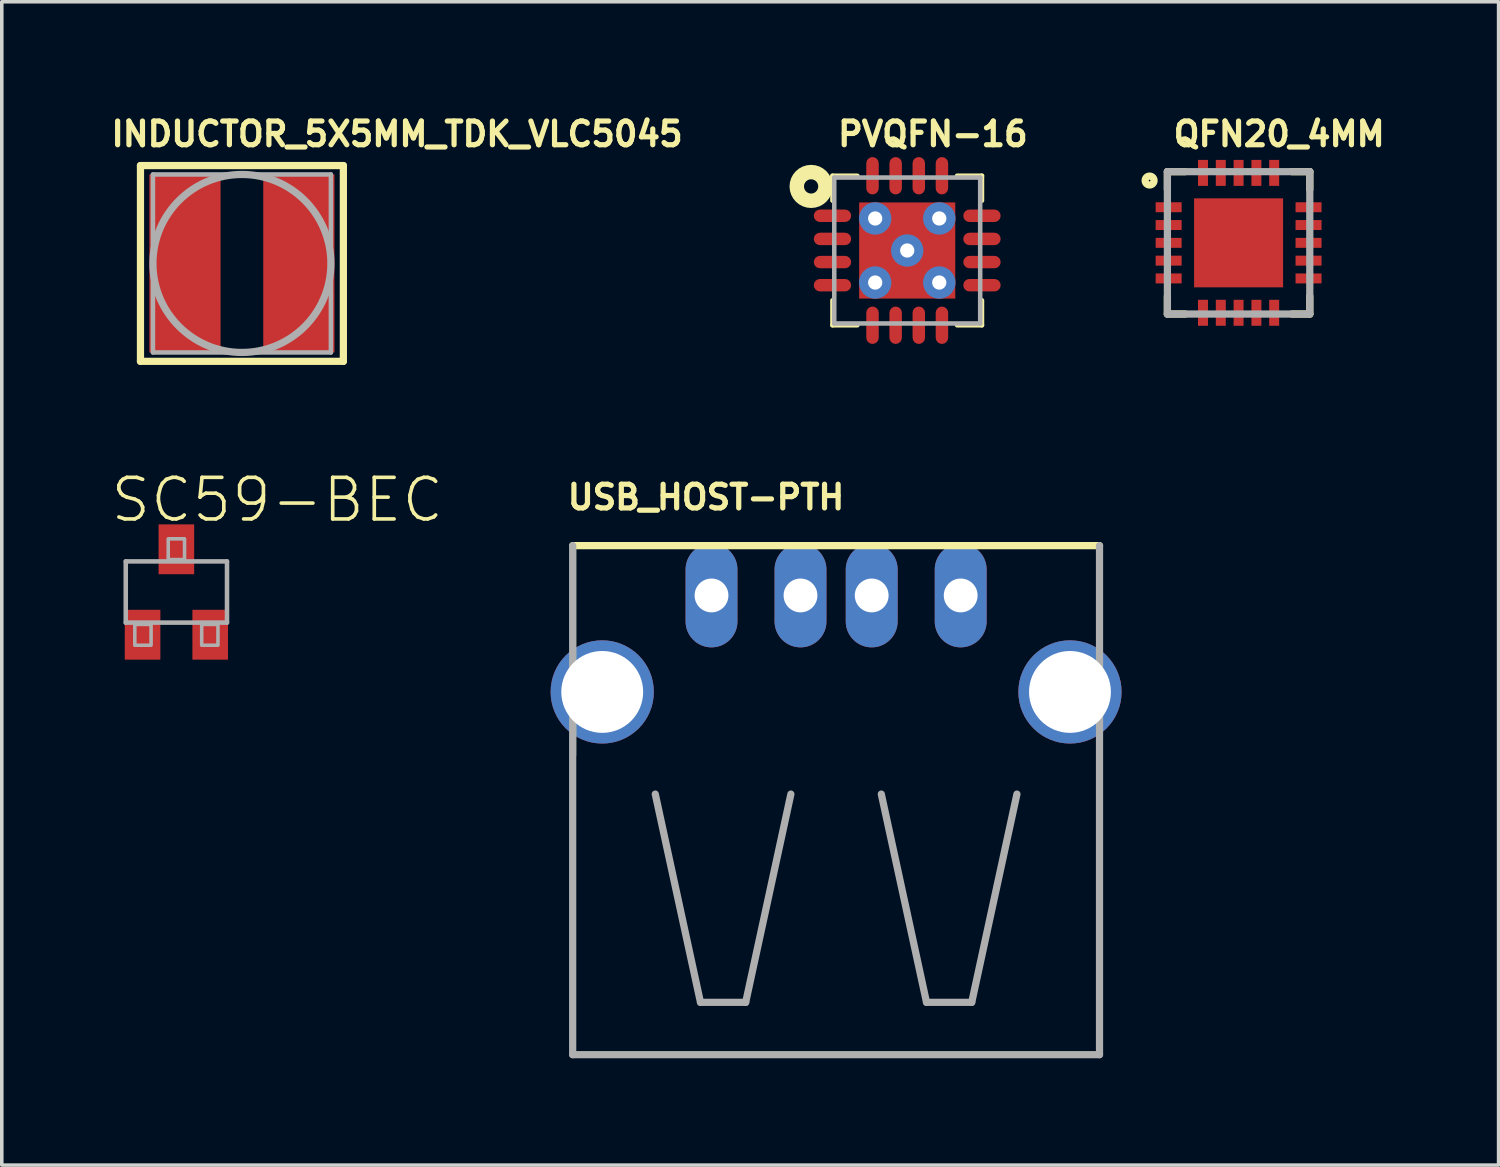
<source format=kicad_pcb>
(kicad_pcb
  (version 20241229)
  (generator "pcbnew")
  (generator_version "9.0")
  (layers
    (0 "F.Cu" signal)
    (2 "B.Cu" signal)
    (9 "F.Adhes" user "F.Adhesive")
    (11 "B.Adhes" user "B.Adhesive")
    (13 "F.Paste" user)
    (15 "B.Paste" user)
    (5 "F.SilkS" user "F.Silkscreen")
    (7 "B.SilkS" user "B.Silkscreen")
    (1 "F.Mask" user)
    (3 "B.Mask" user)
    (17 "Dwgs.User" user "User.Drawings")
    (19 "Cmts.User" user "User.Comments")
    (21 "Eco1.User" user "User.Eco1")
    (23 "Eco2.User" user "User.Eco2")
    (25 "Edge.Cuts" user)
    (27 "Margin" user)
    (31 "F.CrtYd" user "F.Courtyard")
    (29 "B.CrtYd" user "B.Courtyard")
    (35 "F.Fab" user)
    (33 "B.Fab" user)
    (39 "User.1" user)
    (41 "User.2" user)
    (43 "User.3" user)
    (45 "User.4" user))
  (footprint "QFN20_4MM"
    (layer "F.Cu")
    (at 31.745 3.772)
    (property "Reference" "QFN20_4MM" (at -1.905 -2.667 0) (unlocked yes) (layer "F.SilkS") (effects (font (size 0.666 0.666) (thickness 0.146)) (justify left bottom)))
    (fp_poly (pts (xy -2.4 -0.8) (xy -1.5 -0.8) (xy -1.5 -1.2) (xy -2.4 -1.2)) (stroke (width 0) (type default)) (fill yes) (layer "F.Mask"))
    (fp_poly (pts (xy -2.4 -0.3) (xy -1.5 -0.3) (xy -1.5 -0.7) (xy -2.4 -0.7)) (stroke (width 0) (type default)) (fill yes) (layer "F.Mask"))
    (fp_poly (pts (xy -2.4 0.2) (xy -1.5 0.2) (xy -1.5 -0.2) (xy -2.4 -0.2)) (stroke (width 0) (type default)) (fill yes) (layer "F.Mask"))
    (fp_poly (pts (xy -2.4 0.7) (xy -1.5 0.7) (xy -1.5 0.3) (xy -2.4 0.3)) (stroke (width 0) (type default)) (fill yes) (layer "F.Mask"))
    (fp_poly (pts (xy -2.4 1.2) (xy -1.5 1.2) (xy -1.5 0.8) (xy -2.4 0.8)) (stroke (width 0) (type default)) (fill yes) (layer "F.Mask"))
    (fp_poly (pts (xy -1.2 -2.4) (xy -1.2 -1.5) (xy -0.8 -1.5) (xy -0.8 -2.4)) (stroke (width 0) (type default)) (fill yes) (layer "F.Mask"))
    (fp_poly (pts (xy -0.8 2.4) (xy -0.8 1.5) (xy -1.2 1.5) (xy -1.2 2.4)) (stroke (width 0) (type default)) (fill yes) (layer "F.Mask"))
    (fp_poly (pts (xy -0.7 -2.4) (xy -0.7 -1.5) (xy -0.3 -1.5) (xy -0.3 -2.4)) (stroke (width 0) (type default)) (fill yes) (layer "F.Mask"))
    (fp_poly (pts (xy -0.3 2.4) (xy -0.3 1.5) (xy -0.7 1.5) (xy -0.7 2.4)) (stroke (width 0) (type default)) (fill yes) (layer "F.Mask"))
    (fp_poly (pts (xy -0.2 -2.4) (xy -0.2 -1.5) (xy 0.2 -1.5) (xy 0.2 -2.4)) (stroke (width 0) (type default)) (fill yes) (layer "F.Mask"))
    (fp_poly (pts (xy 0.2 2.4) (xy 0.2 1.5) (xy -0.2 1.5) (xy -0.2 2.4)) (stroke (width 0) (type default)) (fill yes) (layer "F.Mask"))
    (fp_poly (pts (xy 0.3 -2.4) (xy 0.3 -1.5) (xy 0.7 -1.5) (xy 0.7 -2.4)) (stroke (width 0) (type default)) (fill yes) (layer "F.Mask"))
    (fp_poly (pts (xy 0.7 2.4) (xy 0.7 1.5) (xy 0.3 1.5) (xy 0.3 2.4)) (stroke (width 0) (type default)) (fill yes) (layer "F.Mask"))
    (fp_poly (pts (xy 0.8 -2.4) (xy 0.8 -1.5) (xy 1.2 -1.5) (xy 1.2 -2.4)) (stroke (width 0) (type default)) (fill yes) (layer "F.Mask"))
    (fp_poly (pts (xy 1.2 2.4) (xy 1.2 1.5) (xy 0.8 1.5) (xy 0.8 2.4)) (stroke (width 0) (type default)) (fill yes) (layer "F.Mask"))
    (fp_poly (pts (xy 2.4 -1.2) (xy 1.5 -1.2) (xy 1.5 -0.8) (xy 2.4 -0.8)) (stroke (width 0) (type default)) (fill yes) (layer "F.Mask"))
    (fp_poly (pts (xy 2.4 -0.7) (xy 1.5 -0.7) (xy 1.5 -0.3) (xy 2.4 -0.3)) (stroke (width 0) (type default)) (fill yes) (layer "F.Mask"))
    (fp_poly (pts (xy 2.4 -0.2) (xy 1.5 -0.2) (xy 1.5 0.2) (xy 2.4 0.2)) (stroke (width 0) (type default)) (fill yes) (layer "F.Mask"))
    (fp_poly (pts (xy 2.4 0.3) (xy 1.5 0.3) (xy 1.5 0.7) (xy 2.4 0.7)) (stroke (width 0) (type default)) (fill yes) (layer "F.Mask"))
    (fp_poly (pts (xy 2.4 0.8) (xy 1.5 0.8) (xy 1.5 1.2) (xy 2.4 1.2)) (stroke (width 0) (type default)) (fill yes) (layer "F.Mask"))
    (fp_line (start -2 -2) (end -2 -1.5) (stroke (width 0.203) (type solid)) (layer "F.SilkS"))
    (fp_line (start -2 2) (end -2 1.5) (stroke (width 0.203) (type solid)) (layer "F.SilkS"))
    (fp_line (start -1.5 -2) (end -2 -2) (stroke (width 0.203) (type solid)) (layer "F.SilkS"))
    (fp_line (start -1.5 2) (end -2 2) (stroke (width 0.203) (type solid)) (layer "F.SilkS"))
    (fp_line (start 1.5 -2) (end 2 -2) (stroke (width 0.203) (type solid)) (layer "F.SilkS"))
    (fp_line (start 1.5 2) (end 2 2) (stroke (width 0.203) (type solid)) (layer "F.SilkS"))
    (fp_line (start 2 -2) (end 2 -1.5) (stroke (width 0.203) (type solid)) (layer "F.SilkS"))
    (fp_line (start 2 2) (end 2 1.5) (stroke (width 0.203) (type solid)) (layer "F.SilkS"))
    (fp_circle (center -2.5 -1.75) (end -2.375 -1.75) (stroke (width 0.203) (type solid)) (fill no) (layer "F.SilkS"))
    (fp_poly (pts (xy -1 -0.25) (xy -0.25 -0.25) (xy -0.25 -1) (xy -1 -1)) (stroke (width 0) (type default)) (fill yes) (layer "F.Paste"))
    (fp_poly (pts (xy -1 1) (xy -0.25 1) (xy -0.25 0.25) (xy -1 0.25)) (stroke (width 0) (type default)) (fill yes) (layer "F.Paste"))
    (fp_poly (pts (xy 0.25 -0.25) (xy 1 -0.25) (xy 1 -1) (xy 0.25 -1)) (stroke (width 0) (type default)) (fill yes) (layer "F.Paste"))
    (fp_poly (pts (xy 0.25 1) (xy 1 1) (xy 1 0.25) (xy 0.25 0.25)) (stroke (width 0) (type default)) (fill yes) (layer "F.Paste"))
    (fp_line (start -2 -2) (end 2 -2) (stroke (width 0.203) (type solid)) (layer "F.Fab"))
    (fp_line (start -2 2) (end -2 -2) (stroke (width 0.203) (type solid)) (layer "F.Fab"))
    (fp_line (start 2 -2) (end 2 2) (stroke (width 0.203) (type solid)) (layer "F.Fab"))
    (fp_line (start 2 2) (end -2 2) (stroke (width 0.203) (type solid)) (layer "F.Fab"))
    (pad "P$1" smd rect (at -1.965 -1 90) (size 0.28 0.73) (layers "F.Cu" "F.Paste"))
    (pad "P$2" smd rect (at -1.965 -0.5 90) (size 0.28 0.73) (layers "F.Cu" "F.Paste"))
    (pad "P$3" smd rect (at -1.965 0 90) (size 0.28 0.73) (layers "F.Cu" "F.Paste"))
    (pad "P$4" smd rect (at -1.965 0.5 90) (size 0.28 0.73) (layers "F.Cu" "F.Paste"))
    (pad "P$5" smd rect (at -1.965 1 90) (size 0.28 0.73) (layers "F.Cu" "F.Paste"))
    (pad "P$6" smd rect (at -1 1.965 180) (size 0.28 0.73) (layers "F.Cu" "F.Paste"))
    (pad "P$7" smd rect (at -0.5 1.965 180) (size 0.28 0.73) (layers "F.Cu" "F.Paste"))
    (pad "P$8" smd rect (at 0 1.965 180) (size 0.28 0.73) (layers "F.Cu" "F.Paste"))
    (pad "P$9" smd rect (at 0.5 1.965 180) (size 0.28 0.73) (layers "F.Cu" "F.Paste"))
    (pad "P$10" smd rect (at 1 1.965 180) (size 0.28 0.73) (layers "F.Cu" "F.Paste"))
    (pad "P$11" smd rect (at 1.965 1 270) (size 0.28 0.73) (layers "F.Cu" "F.Paste"))
    (pad "P$12" smd rect (at 1.965 0.5 270) (size 0.28 0.73) (layers "F.Cu" "F.Paste"))
    (pad "P$13" smd rect (at 1.965 0 270) (size 0.28 0.73) (layers "F.Cu" "F.Paste"))
    (pad "P$14" smd rect (at 1.965 -0.5 270) (size 0.28 0.73) (layers "F.Cu" "F.Paste"))
    (pad "P$15" smd rect (at 1.965 -1 270) (size 0.28 0.73) (layers "F.Cu" "F.Paste"))
    (pad "P$16" smd rect (at 1 -1.965) (size 0.28 0.73) (layers "F.Cu" "F.Paste"))
    (pad "P$17" smd rect (at 0.5 -1.965) (size 0.28 0.73) (layers "F.Cu" "F.Paste"))
    (pad "P$18" smd rect (at 0 -1.965) (size 0.28 0.73) (layers "F.Cu" "F.Paste"))
    (pad "P$19" smd rect (at -0.5 -1.965) (size 0.28 0.73) (layers "F.Cu" "F.Paste"))
    (pad "P$20" smd rect (at -1 -1.965) (size 0.28 0.73) (layers "F.Cu" "F.Paste"))
    (pad "P$21" smd rect (at 0 0) (size 2.5 2.5) (layers "F.Cu" "F.Mask")))
  (footprint "PVQFN-16"
    (layer "F.Cu")
    (at 22.436 3.987)
    (property "Reference" "PVQFN-16" (at -2.024 -2.882 0) (unlocked yes) (layer "F.SilkS") (effects (font (size 0.666 0.666) (thickness 0.146)) (justify left bottom)))
    (fp_line (start -2.1 -2.1) (end -2.1 -1.4) (stroke (width 0.127) (type solid)) (layer "F.SilkS"))
    (fp_line (start -2.1 1.4) (end -2.1 2.1) (stroke (width 0.127) (type solid)) (layer "F.SilkS"))
    (fp_line (start -2.1 2.1) (end -1.4 2.1) (stroke (width 0.127) (type solid)) (layer "F.SilkS"))
    (fp_line (start -1.4 -2.1) (end -2.1 -2.1) (stroke (width 0.127) (type solid)) (layer "F.SilkS"))
    (fp_line (start 1.4 -2.1) (end 2.1 -2.1) (stroke (width 0.127) (type solid)) (layer "F.SilkS"))
    (fp_line (start 2.1 -2.1) (end 2.1 -1.4) (stroke (width 0.127) (type solid)) (layer "F.SilkS"))
    (fp_line (start 2.1 1.4) (end 2.1 2.1) (stroke (width 0.127) (type solid)) (layer "F.SilkS"))
    (fp_line (start 2.1 2.1) (end 1.4 2.1) (stroke (width 0.127) (type solid)) (layer "F.SilkS"))
    (fp_circle (center -2.7 -1.8) (end -2.5 -1.8) (stroke (width 0.406) (type solid)) (fill no) (layer "F.SilkS"))
    (fp_poly (pts (xy -0.6 0.3) (xy -0.6 -0.3) (xy -1.3 -0.3) (xy -1.3 0.3)) (stroke (width 0) (type default)) (fill yes) (layer "F.Paste"))
    (fp_poly (pts (xy -0.3 -0.6) (xy 0.3 -0.6) (xy 0.3 -1.3) (xy -0.3 -1.3)) (stroke (width 0) (type default)) (fill yes) (layer "F.Paste"))
    (fp_poly (pts (xy -0.3 1.3) (xy 0.3 1.3) (xy 0.3 0.6) (xy -0.3 0.6)) (stroke (width 0) (type default)) (fill yes) (layer "F.Paste"))
    (fp_poly (pts (xy 1.3 0.3) (xy 1.3 -0.3) (xy 0.6 -0.3) (xy 0.6 0.3)) (stroke (width 0) (type default)) (fill yes) (layer "F.Paste"))
    (fp_line (start -2.05 -2.05) (end 2.05 -2.05) (stroke (width 0.127) (type solid)) (layer "F.Fab"))
    (fp_line (start -2.05 2.05) (end -2.05 -2.05) (stroke (width 0.127) (type solid)) (layer "F.Fab"))
    (fp_line (start 2.05 -2.05) (end 2.05 2.05) (stroke (width 0.127) (type solid)) (layer "F.Fab"))
    (fp_line (start 2.05 2.05) (end -2.05 2.05) (stroke (width 0.127) (type solid)) (layer "F.Fab"))
    (pad "1" smd roundrect (at -2.1 -0.975) (size 1.05 0.35) (layers "F.Cu" "F.Mask" "F.Paste") (roundrect_rratio 0.5))
    (pad "2" smd roundrect (at -2.1 -0.325) (size 1.05 0.35) (layers "F.Cu" "F.Mask" "F.Paste") (roundrect_rratio 0.5))
    (pad "3" smd roundrect (at -2.1 0.325) (size 1.05 0.35) (layers "F.Cu" "F.Mask" "F.Paste") (roundrect_rratio 0.5))
    (pad "4" smd roundrect (at -2.1 0.975) (size 1.05 0.35) (layers "F.Cu" "F.Mask" "F.Paste") (roundrect_rratio 0.5))
    (pad "5" smd roundrect (at -0.975 2.1 90) (size 1.05 0.35) (layers "F.Cu" "F.Mask" "F.Paste") (roundrect_rratio 0.5))
    (pad "6" smd roundrect (at -0.325 2.1 90) (size 1.05 0.35) (layers "F.Cu" "F.Mask" "F.Paste") (roundrect_rratio 0.5))
    (pad "7" smd roundrect (at 0.325 2.1 90) (size 1.05 0.35) (layers "F.Cu" "F.Mask" "F.Paste") (roundrect_rratio 0.5))
    (pad "8" smd roundrect (at 0.975 2.1 90) (size 1.05 0.35) (layers "F.Cu" "F.Mask" "F.Paste") (roundrect_rratio 0.5))
    (pad "9" smd roundrect (at 2.1 0.975 180) (size 1.05 0.35) (layers "F.Cu" "F.Mask" "F.Paste") (roundrect_rratio 0.5))
    (pad "10" smd roundrect (at 2.1 0.325 180) (size 1.05 0.35) (layers "F.Cu" "F.Mask" "F.Paste") (roundrect_rratio 0.5))
    (pad "11" smd roundrect (at 2.1 -0.325 180) (size 1.05 0.35) (layers "F.Cu" "F.Mask" "F.Paste") (roundrect_rratio 0.5))
    (pad "12" smd roundrect (at 2.1 -0.975 180) (size 1.05 0.35) (layers "F.Cu" "F.Mask" "F.Paste") (roundrect_rratio 0.5))
    (pad "13" smd roundrect (at 0.975 -2.1 270) (size 1.05 0.35) (layers "F.Cu" "F.Mask" "F.Paste") (roundrect_rratio 0.5))
    (pad "14" smd roundrect (at 0.325 -2.1 270) (size 1.05 0.35) (layers "F.Cu" "F.Mask" "F.Paste") (roundrect_rratio 0.5))
    (pad "15" smd roundrect (at -0.325 -2.1 270) (size 1.05 0.35) (layers "F.Cu" "F.Mask" "F.Paste") (roundrect_rratio 0.5))
    (pad "16" smd roundrect (at -0.975 -2.1 270) (size 1.05 0.35) (layers "F.Cu" "F.Mask" "F.Paste") (roundrect_rratio 0.5))
    (pad "P$18" thru_hole circle (at 0 0) (size 0.908 0.908) (drill 0.4) (layers "*.Cu" "*.Mask"))
    (pad "P$19" thru_hole circle (at -0.9 -0.9) (size 0.908 0.908) (drill 0.4) (layers "*.Cu" "*.Mask"))
    (pad "P$20" thru_hole circle (at 0.9 -0.9) (size 0.908 0.908) (drill 0.4) (layers "*.Cu" "*.Mask"))
    (pad "P$21" thru_hole circle (at 0.9 0.9) (size 0.908 0.908) (drill 0.4) (layers "*.Cu" "*.Mask"))
    (pad "P$22" thru_hole circle (at -0.9 0.9) (size 0.908 0.908) (drill 0.4) (layers "*.Cu" "*.Mask"))
    (pad "THERMAL" smd rect (at 0 0) (size 2.7 2.7) (layers "F.Cu" "F.Mask")))
  (footprint "USB_HOST-PTH"
    (layer "F.Cu")
    (at 20.438 20.198)
    (property "Reference" "USB_HOST-PTH" (at -7.62 -8.89 0) (unlocked yes) (layer "F.SilkS") (effects (font (size 0.666 0.666) (thickness 0.146)) (justify left bottom)))
    (fp_line (start -7.366 -7.874) (end -7.366 -2.032) (stroke (width 0.127) (type solid)) (layer "F.SilkS"))
    (fp_line (start 7.366 -7.874) (end 7.366 -2.032) (stroke (width 0.127) (type solid)) (layer "F.SilkS"))
    (fp_line (start 7.4 -7.92) (end -7.4 -7.92) (stroke (width 0.203) (type solid)) (layer "F.SilkS"))
    (fp_line (start -7.4 -7.92) (end -7.4 6.38) (stroke (width 0.203) (type solid)) (layer "F.Fab"))
    (fp_line (start -7.4 6.38) (end 7.4 6.38) (stroke (width 0.203) (type solid)) (layer "F.Fab"))
    (fp_line (start -5.08 -0.94) (end -3.81 4.91) (stroke (width 0.203) (type solid)) (layer "F.Fab"))
    (fp_line (start -3.81 4.91) (end -2.54 4.91) (stroke (width 0.203) (type solid)) (layer "F.Fab"))
    (fp_line (start -2.54 4.91) (end -1.27 -0.94) (stroke (width 0.203) (type solid)) (layer "F.Fab"))
    (fp_line (start 1.27 -0.94) (end 2.54 4.91) (stroke (width 0.203) (type solid)) (layer "F.Fab"))
    (fp_line (start 2.54 4.91) (end 3.81 4.91) (stroke (width 0.203) (type solid)) (layer "F.Fab"))
    (fp_line (start 3.81 4.91) (end 5.08 -0.94) (stroke (width 0.203) (type solid)) (layer "F.Fab"))
    (fp_line (start 7.4 6.38) (end 7.4 -7.92) (stroke (width 0.203) (type solid)) (layer "F.Fab"))
    (pad "D+" thru_hole oval (at 1 -6.52 90) (size 2.916 1.458) (drill 0.95) (layers "*.Cu" "*.Mask"))
    (pad "D-" thru_hole oval (at -1 -6.52 90) (size 2.916 1.458) (drill 0.95) (layers "*.Cu" "*.Mask"))
    (pad "GND" thru_hole oval (at 3.5 -6.52 90) (size 2.916 1.458) (drill 0.95) (layers "*.Cu" "*.Mask"))
    (pad "S1" thru_hole circle (at -6.57 -3.81) (size 2.9 2.9) (drill 2.3) (layers "*.Cu" "*.Mask"))
    (pad "S2" thru_hole circle (at 6.57 -3.81 180) (size 2.9 2.9) (drill 2.3) (layers "*.Cu" "*.Mask"))
    (pad "VBUS" thru_hole oval (at -3.5 -6.52 90) (size 2.916 1.458) (drill 0.95) (layers "*.Cu" "*.Mask")))
  (footprint "INDUCTOR_5X5MM_TDK_VLC5045"
    (layer "F.Cu")
    (at 3.746 4.351)
    (property "Reference" "INDUCTOR_5X5MM_TDK_VLC5045" (at -3.746 -3.246 0) (unlocked yes) (layer "F.SilkS") (effects (font (size 0.666 0.666) (thickness 0.146)) (justify left bottom)))
    (fp_line (start -2.85 -2.75) (end 2.85 -2.75) (stroke (width 0.203) (type solid)) (layer "F.SilkS"))
    (fp_line (start -2.85 2.75) (end -2.85 -2.75) (stroke (width 0.203) (type solid)) (layer "F.SilkS"))
    (fp_line (start 2.85 -2.75) (end 2.85 2.75) (stroke (width 0.203) (type solid)) (layer "F.SilkS"))
    (fp_line (start 2.85 2.75) (end -2.85 2.75) (stroke (width 0.203) (type solid)) (layer "F.SilkS"))
    (fp_line (start -2.5 -2.5) (end 2.5 -2.5) (stroke (width 0.127) (type solid)) (layer "F.Fab"))
    (fp_line (start -2.5 2.5) (end -2.5 -2.5) (stroke (width 0.127) (type solid)) (layer "F.Fab"))
    (fp_line (start 2.5 -2.5) (end 2.5 2.5) (stroke (width 0.127) (type solid)) (layer "F.Fab"))
    (fp_line (start 2.5 2.5) (end -2.5 2.5) (stroke (width 0.127) (type solid)) (layer "F.Fab"))
    (fp_circle (center 0 0) (end 2.5 0) (stroke (width 0.203) (type solid)) (fill no) (layer "F.Fab"))
    (pad "P$1" smd rect (at -1.6 0) (size 2 5) (layers "F.Cu" "F.Mask" "F.Paste"))
    (pad "P$2" smd rect (at 1.6 0) (size 2 5) (layers "F.Cu" "F.Mask" "F.Paste")))
  (footprint "SC59-BEC"
    (layer "F.Cu")
    (at 1.905 13.581)
    (property "Reference" "SC59-BEC" (at -1.905 -1.905 0) (unlocked yes) (layer "F.SilkS") (effects (font (size 1.168 1.168) (thickness 0.102)) (justify left bottom)))
    (fp_line (start -1.422 -0.86) (end 1.422 -0.86) (stroke (width 0.127) (type solid)) (layer "F.Fab"))
    (fp_line (start -1.422 0.86) (end -1.422 -0.86) (stroke (width 0.127) (type solid)) (layer "F.Fab"))
    (fp_line (start 1.422 -0.86) (end 1.422 0.86) (stroke (width 0.127) (type solid)) (layer "F.Fab"))
    (fp_line (start 1.422 0.86) (end -1.422 0.86) (stroke (width 0.127) (type solid)) (layer "F.Fab"))
    (fp_poly (pts (xy -1.168 1.495) (xy -0.711 1.495) (xy -0.711 0.911) (xy -1.168 0.911)) (stroke (width 0.1) (type default)) (fill no) (layer "F.Fab"))
    (fp_poly (pts (xy -0.229 -0.911) (xy 0.229 -0.911) (xy 0.229 -1.495) (xy -0.229 -1.495)) (stroke (width 0.1) (type default)) (fill no) (layer "F.Fab"))
    (fp_poly (pts (xy 0.711 1.495) (xy 1.168 1.495) (xy 1.168 0.911) (xy 0.711 0.911)) (stroke (width 0.1) (type default)) (fill no) (layer "F.Fab"))
    (pad "B" smd rect (at -0.95 1.2) (size 1 1.4) (layers "F.Cu" "F.Mask" "F.Paste"))
    (pad "C" smd rect (at 0 -1.2) (size 1 1.4) (layers "F.Cu" "F.Mask" "F.Paste"))
    (pad "E" smd rect (at 0.95 1.2) (size 1 1.4) (layers "F.Cu" "F.Mask" "F.Paste")))
  (gr_rect
    (start -3 -3)
    (end 39.049 29.68)
    (stroke (width 0.1) (type default))
    (fill no)
    (layer "Edge.Cuts")))
</source>
